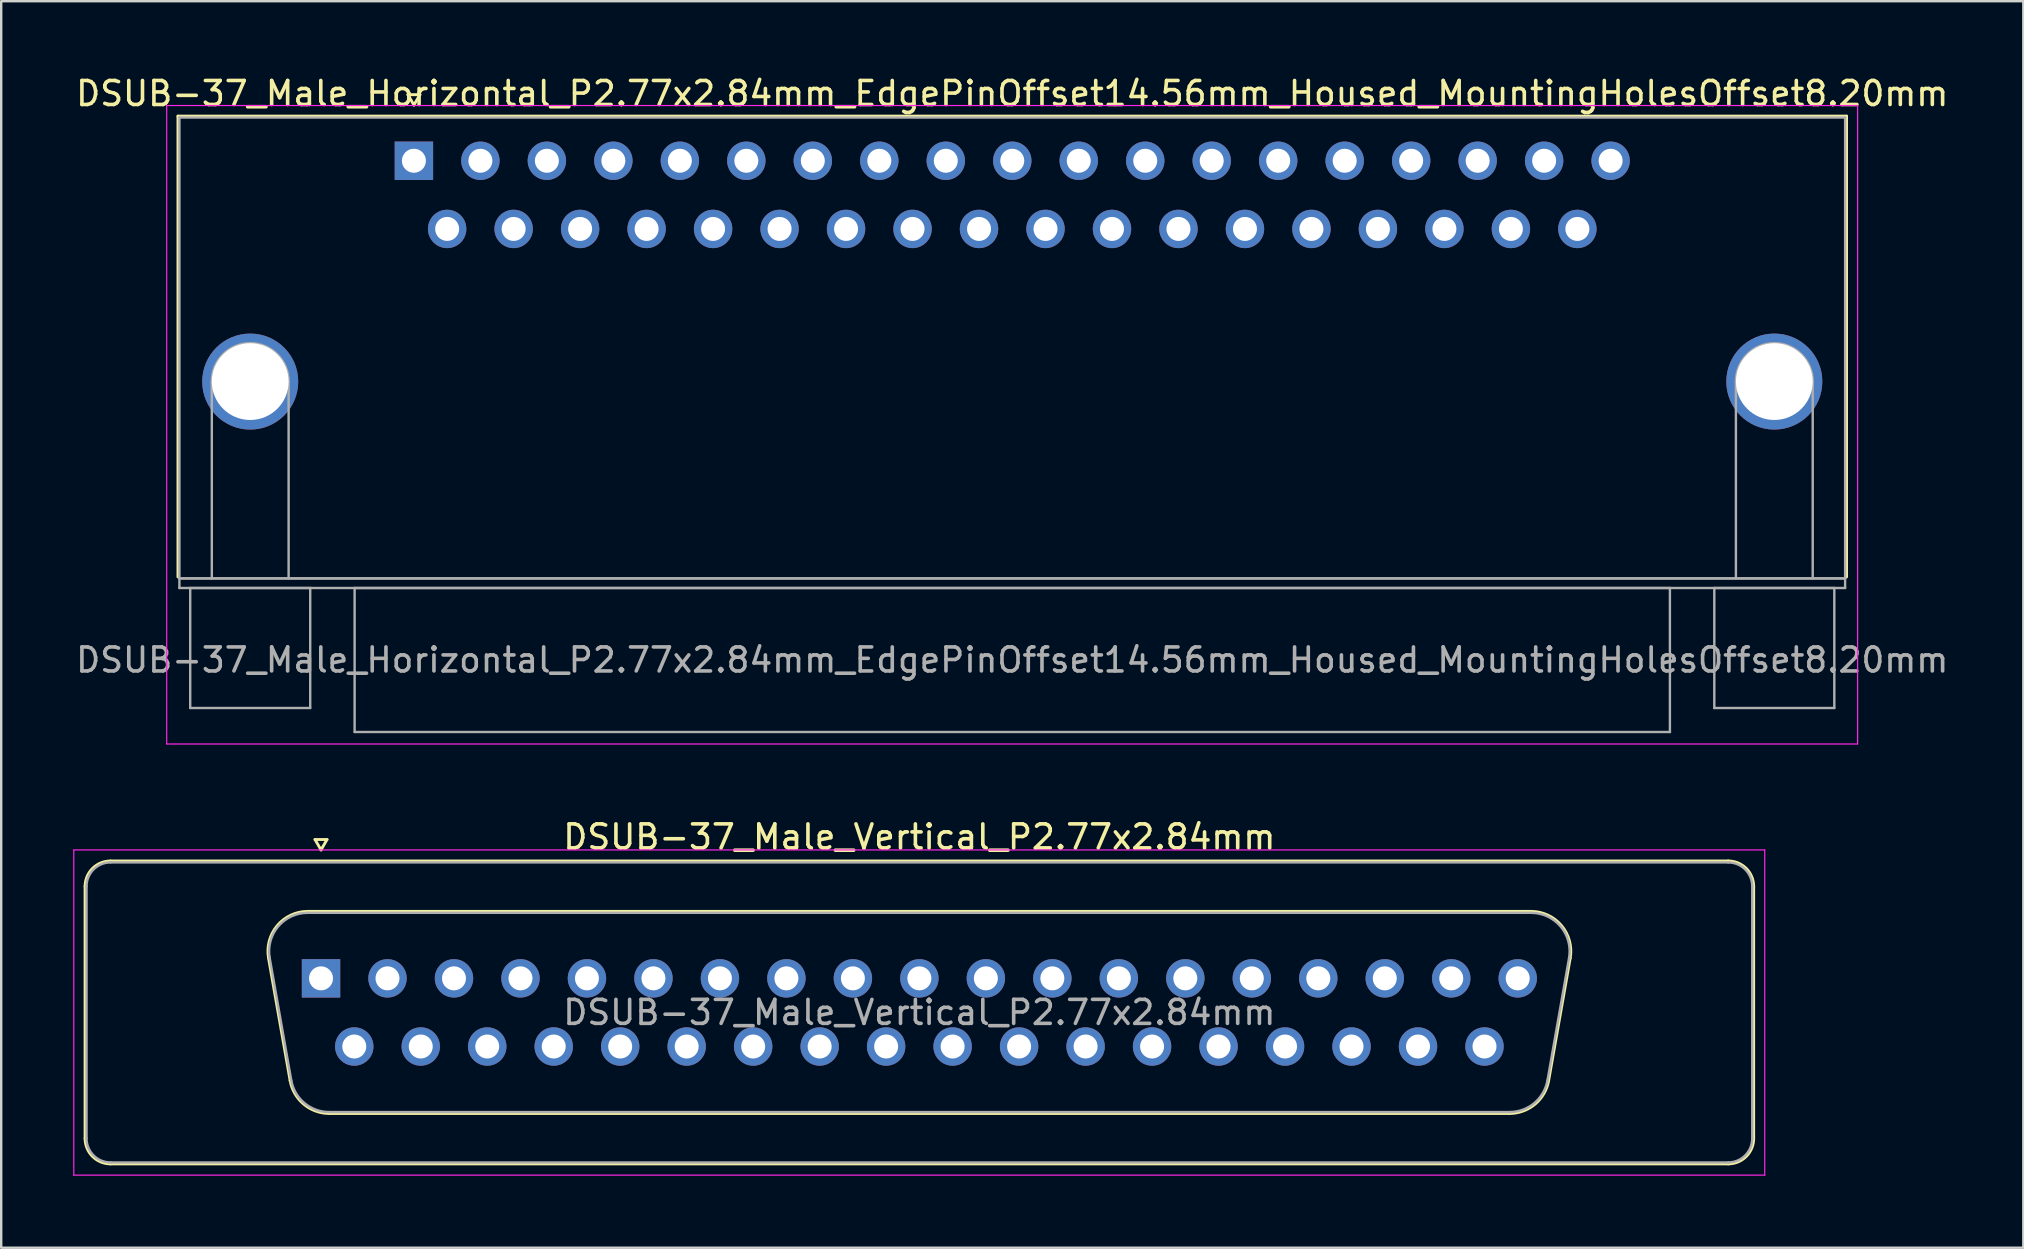
<source format=kicad_pcb>
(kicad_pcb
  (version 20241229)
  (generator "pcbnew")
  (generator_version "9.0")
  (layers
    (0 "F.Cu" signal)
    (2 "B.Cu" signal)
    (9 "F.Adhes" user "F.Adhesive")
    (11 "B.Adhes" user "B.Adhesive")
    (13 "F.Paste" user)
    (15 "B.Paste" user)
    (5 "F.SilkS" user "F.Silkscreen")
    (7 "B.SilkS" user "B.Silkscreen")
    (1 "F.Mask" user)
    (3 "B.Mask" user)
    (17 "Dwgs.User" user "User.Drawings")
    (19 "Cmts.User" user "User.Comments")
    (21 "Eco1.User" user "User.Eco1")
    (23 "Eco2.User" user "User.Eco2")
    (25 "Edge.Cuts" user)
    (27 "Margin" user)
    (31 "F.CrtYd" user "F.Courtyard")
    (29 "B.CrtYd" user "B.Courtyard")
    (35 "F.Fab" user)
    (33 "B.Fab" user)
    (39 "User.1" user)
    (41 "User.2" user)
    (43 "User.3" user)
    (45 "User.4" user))
  (footprint "DSUB-37_Male_Vertical_P2.77x2.84mm"
    (layer "F.Cu")
    (at 10.325 37.712)
    (property "Reference" "DSUB-37_Male_Vertical_P2.77x2.84mm" (at 24.93 -5.89 0) (layer "F.SilkS") (effects (font (size 1 1) (thickness 0.15))))
    (attr through_hole)
    (fp_line (start -9.83 6.67) (end -9.83 -3.83) (stroke (width 0.12) (type solid)) (layer "F.SilkS"))
    (fp_line (start -8.77 -4.89) (end 58.63 -4.89) (stroke (width 0.12) (type solid)) (layer "F.SilkS"))
    (fp_line (start -2.186 -0.842) (end -1.287 4.258) (stroke (width 0.12) (type solid)) (layer "F.SilkS"))
    (fp_line (start -0.552 -2.79) (end 50.412 -2.79) (stroke (width 0.12) (type solid)) (layer "F.SilkS"))
    (fp_line (start -0.25 -5.784) (end 0.25 -5.784) (stroke (width 0.12) (type solid)) (layer "F.SilkS"))
    (fp_line (start 0 -5.351) (end -0.25 -5.784) (stroke (width 0.12) (type solid)) (layer "F.SilkS"))
    (fp_line (start 0.25 -5.784) (end 0 -5.351) (stroke (width 0.12) (type solid)) (layer "F.SilkS"))
    (fp_line (start 0.348 5.63) (end 49.512 5.63) (stroke (width 0.12) (type solid)) (layer "F.SilkS"))
    (fp_line (start 52.046 -0.842) (end 51.147 4.258) (stroke (width 0.12) (type solid)) (layer "F.SilkS"))
    (fp_line (start 58.63 7.73) (end -8.77 7.73) (stroke (width 0.12) (type solid)) (layer "F.SilkS"))
    (fp_line (start 59.69 -3.83) (end 59.69 6.67) (stroke (width 0.12) (type solid)) (layer "F.SilkS"))
    (fp_arc (start -9.83 -3.83) (mid -9.519533 -4.579533) (end -8.77 -4.89) (stroke (width 0.12) (type solid)) (layer "F.SilkS"))
    (fp_arc (start -8.77 7.73) (mid -9.519533 7.419533) (end -9.83 6.67) (stroke (width 0.12) (type solid)) (layer "F.SilkS"))
    (fp_arc (start -2.18647 -0.841744) (mid -1.823323 -2.197028) (end -0.551689 -2.79) (stroke (width 0.12) (type solid)) (layer "F.SilkS"))
    (fp_arc (start 0.347579 5.63) (mid -0.719448 5.241634) (end -1.287202 4.258256) (stroke (width 0.12) (type solid)) (layer "F.SilkS"))
    (fp_arc (start 50.411689 -2.79) (mid 51.683323 -2.197027) (end 52.04647 -0.841744) (stroke (width 0.12) (type solid)) (layer "F.SilkS"))
    (fp_arc (start 51.147202 4.258256) (mid 50.579449 5.241634) (end 49.512421 5.63) (stroke (width 0.12) (type solid)) (layer "F.SilkS"))
    (fp_arc (start 58.63 -4.89) (mid 59.379533 -4.579533) (end 59.69 -3.83) (stroke (width 0.12) (type solid)) (layer "F.SilkS"))
    (fp_arc (start 59.69 6.67) (mid 59.379533 7.419533) (end 58.63 7.73) (stroke (width 0.12) (type solid)) (layer "F.SilkS"))
    (fp_line (start -10.3 -5.35) (end -10.3 8.2) (stroke (width 0.05) (type solid)) (layer "F.CrtYd"))
    (fp_line (start -10.3 8.2) (end 60.15 8.2) (stroke (width 0.05) (type solid)) (layer "F.CrtYd"))
    (fp_line (start 60.15 -5.35) (end -10.3 -5.35) (stroke (width 0.05) (type solid)) (layer "F.CrtYd"))
    (fp_line (start 60.15 8.2) (end 60.15 -5.35) (stroke (width 0.05) (type solid)) (layer "F.CrtYd"))
    (fp_line (start -9.77 6.67) (end -9.77 -3.83) (stroke (width 0.1) (type solid)) (layer "F.Fab"))
    (fp_line (start -8.77 -4.83) (end 58.63 -4.83) (stroke (width 0.1) (type solid)) (layer "F.Fab"))
    (fp_line (start -2.139 -0.852) (end -1.24 4.248) (stroke (width 0.1) (type solid)) (layer "F.Fab"))
    (fp_line (start -0.563 -2.73) (end 50.423 -2.73) (stroke (width 0.1) (type solid)) (layer "F.Fab"))
    (fp_line (start 0.336 5.57) (end 49.524 5.57) (stroke (width 0.1) (type solid)) (layer "F.Fab"))
    (fp_line (start 51.999 -0.852) (end 51.1 4.248) (stroke (width 0.1) (type solid)) (layer "F.Fab"))
    (fp_line (start 58.63 7.67) (end -8.77 7.67) (stroke (width 0.1) (type solid)) (layer "F.Fab"))
    (fp_line (start 59.63 -3.83) (end 59.63 6.67) (stroke (width 0.1) (type solid)) (layer "F.Fab"))
    (fp_arc (start -9.77 -3.83) (mid -9.477107 -4.537107) (end -8.77 -4.83) (stroke (width 0.1) (type solid)) (layer "F.Fab"))
    (fp_arc (start -8.77 7.67) (mid -9.477107 7.377107) (end -9.77 6.67) (stroke (width 0.1) (type solid)) (layer "F.Fab"))
    (fp_arc (start -2.138886 -0.852163) (mid -1.788865 -2.15846) (end -0.563194 -2.73) (stroke (width 0.1) (type solid)) (layer "F.Fab"))
    (fp_arc (start 0.336073 5.57) (mid -0.692387 5.195671) (end -1.239619 4.247837) (stroke (width 0.1) (type solid)) (layer "F.Fab"))
    (fp_arc (start 50.423194 -2.73) (mid 51.648865 -2.15846) (end 51.998886 -0.852163) (stroke (width 0.1) (type solid)) (layer "F.Fab"))
    (fp_arc (start 51.099619 4.247837) (mid 50.552387 5.195671) (end 49.523927 5.57) (stroke (width 0.1) (type solid)) (layer "F.Fab"))
    (fp_arc (start 58.63 -4.83) (mid 59.337107 -4.537107) (end 59.63 -3.83) (stroke (width 0.1) (type solid)) (layer "F.Fab"))
    (fp_arc (start 59.63 6.67) (mid 59.337107 7.377107) (end 58.63 7.67) (stroke (width 0.1) (type solid)) (layer "F.Fab"))
    (fp_text user "${REFERENCE}" (at 24.93 1.42 0) (layer "F.Fab") (effects (font (size 1 1) (thickness 0.15))))
    (pad "1" thru_hole rect (at 0 0) (size 1.6 1.6) (drill 1) (layers "*.Cu" "*.Mask"))
    (pad "2" thru_hole circle (at 2.77 0) (size 1.6 1.6) (drill 1) (layers "*.Cu" "*.Mask"))
    (pad "3" thru_hole circle (at 5.54 0) (size 1.6 1.6) (drill 1) (layers "*.Cu" "*.Mask"))
    (pad "4" thru_hole circle (at 8.31 0) (size 1.6 1.6) (drill 1) (layers "*.Cu" "*.Mask"))
    (pad "5" thru_hole circle (at 11.08 0) (size 1.6 1.6) (drill 1) (layers "*.Cu" "*.Mask"))
    (pad "6" thru_hole circle (at 13.85 0) (size 1.6 1.6) (drill 1) (layers "*.Cu" "*.Mask"))
    (pad "7" thru_hole circle (at 16.62 0) (size 1.6 1.6) (drill 1) (layers "*.Cu" "*.Mask"))
    (pad "8" thru_hole circle (at 19.39 0) (size 1.6 1.6) (drill 1) (layers "*.Cu" "*.Mask"))
    (pad "9" thru_hole circle (at 22.16 0) (size 1.6 1.6) (drill 1) (layers "*.Cu" "*.Mask"))
    (pad "10" thru_hole circle (at 24.93 0) (size 1.6 1.6) (drill 1) (layers "*.Cu" "*.Mask"))
    (pad "11" thru_hole circle (at 27.7 0) (size 1.6 1.6) (drill 1) (layers "*.Cu" "*.Mask"))
    (pad "12" thru_hole circle (at 30.47 0) (size 1.6 1.6) (drill 1) (layers "*.Cu" "*.Mask"))
    (pad "13" thru_hole circle (at 33.24 0) (size 1.6 1.6) (drill 1) (layers "*.Cu" "*.Mask"))
    (pad "14" thru_hole circle (at 36.01 0) (size 1.6 1.6) (drill 1) (layers "*.Cu" "*.Mask"))
    (pad "15" thru_hole circle (at 38.78 0) (size 1.6 1.6) (drill 1) (layers "*.Cu" "*.Mask"))
    (pad "16" thru_hole circle (at 41.55 0) (size 1.6 1.6) (drill 1) (layers "*.Cu" "*.Mask"))
    (pad "17" thru_hole circle (at 44.32 0) (size 1.6 1.6) (drill 1) (layers "*.Cu" "*.Mask"))
    (pad "18" thru_hole circle (at 47.09 0) (size 1.6 1.6) (drill 1) (layers "*.Cu" "*.Mask"))
    (pad "19" thru_hole circle (at 49.86 0) (size 1.6 1.6) (drill 1) (layers "*.Cu" "*.Mask"))
    (pad "20" thru_hole circle (at 1.385 2.84) (size 1.6 1.6) (drill 1) (layers "*.Cu" "*.Mask"))
    (pad "21" thru_hole circle (at 4.155 2.84) (size 1.6 1.6) (drill 1) (layers "*.Cu" "*.Mask"))
    (pad "22" thru_hole circle (at 6.925 2.84) (size 1.6 1.6) (drill 1) (layers "*.Cu" "*.Mask"))
    (pad "23" thru_hole circle (at 9.695 2.84) (size 1.6 1.6) (drill 1) (layers "*.Cu" "*.Mask"))
    (pad "24" thru_hole circle (at 12.465 2.84) (size 1.6 1.6) (drill 1) (layers "*.Cu" "*.Mask"))
    (pad "25" thru_hole circle (at 15.235 2.84) (size 1.6 1.6) (drill 1) (layers "*.Cu" "*.Mask"))
    (pad "26" thru_hole circle (at 18.005 2.84) (size 1.6 1.6) (drill 1) (layers "*.Cu" "*.Mask"))
    (pad "27" thru_hole circle (at 20.775 2.84) (size 1.6 1.6) (drill 1) (layers "*.Cu" "*.Mask"))
    (pad "28" thru_hole circle (at 23.545 2.84) (size 1.6 1.6) (drill 1) (layers "*.Cu" "*.Mask"))
    (pad "29" thru_hole circle (at 26.315 2.84) (size 1.6 1.6) (drill 1) (layers "*.Cu" "*.Mask"))
    (pad "30" thru_hole circle (at 29.085 2.84) (size 1.6 1.6) (drill 1) (layers "*.Cu" "*.Mask"))
    (pad "31" thru_hole circle (at 31.855 2.84) (size 1.6 1.6) (drill 1) (layers "*.Cu" "*.Mask"))
    (pad "32" thru_hole circle (at 34.625 2.84) (size 1.6 1.6) (drill 1) (layers "*.Cu" "*.Mask"))
    (pad "33" thru_hole circle (at 37.395 2.84) (size 1.6 1.6) (drill 1) (layers "*.Cu" "*.Mask"))
    (pad "34" thru_hole circle (at 40.165 2.84) (size 1.6 1.6) (drill 1) (layers "*.Cu" "*.Mask"))
    (pad "35" thru_hole circle (at 42.935 2.84) (size 1.6 1.6) (drill 1) (layers "*.Cu" "*.Mask"))
    (pad "36" thru_hole circle (at 45.705 2.84) (size 1.6 1.6) (drill 1) (layers "*.Cu" "*.Mask"))
    (pad "37" thru_hole circle (at 48.475 2.84) (size 1.6 1.6) (drill 1) (layers "*.Cu" "*.Mask")))
  (footprint "DSUB-37_Male_Horizontal_P2.77x2.84mm_EdgePinOffset14.56mm_Housed_MountingHolesOffset8.20mm"
    (layer "F.Cu")
    (at 14.195 3.648)
    (property "Reference" "DSUB-37_Male_Horizontal_P2.77x2.84mm_EdgePinOffset14.56mm_Housed_MountingHolesOffset8.20mm" (at 24.93 -2.8 0) (layer "F.SilkS") (effects (font (size 1 1) (thickness 0.15))))
    (attr through_hole)
    (fp_line (start -9.83 -1.86) (end 59.69 -1.86) (stroke (width 0.12) (type solid)) (layer "F.SilkS"))
    (fp_line (start -9.83 17.34) (end -9.83 -1.86) (stroke (width 0.12) (type solid)) (layer "F.SilkS"))
    (fp_line (start -0.25 -2.754) (end 0.25 -2.754) (stroke (width 0.12) (type solid)) (layer "F.SilkS"))
    (fp_line (start 0 -2.321) (end -0.25 -2.754) (stroke (width 0.12) (type solid)) (layer "F.SilkS"))
    (fp_line (start 0.25 -2.754) (end 0 -2.321) (stroke (width 0.12) (type solid)) (layer "F.SilkS"))
    (fp_line (start 59.69 -1.86) (end 59.69 17.34) (stroke (width 0.12) (type solid)) (layer "F.SilkS"))
    (fp_line (start -10.3 -2.3) (end -10.3 24.3) (stroke (width 0.05) (type solid)) (layer "F.CrtYd"))
    (fp_line (start -10.3 24.3) (end 60.15 24.3) (stroke (width 0.05) (type solid)) (layer "F.CrtYd"))
    (fp_line (start 60.15 -2.3) (end -10.3 -2.3) (stroke (width 0.05) (type solid)) (layer "F.CrtYd"))
    (fp_line (start 60.15 24.3) (end 60.15 -2.3) (stroke (width 0.05) (type solid)) (layer "F.CrtYd"))
    (fp_line (start -9.77 -1.8) (end -9.77 17.4) (stroke (width 0.1) (type solid)) (layer "F.Fab"))
    (fp_line (start -9.77 17.4) (end -9.77 17.8) (stroke (width 0.1) (type solid)) (layer "F.Fab"))
    (fp_line (start -9.77 17.4) (end 59.63 17.4) (stroke (width 0.1) (type solid)) (layer "F.Fab"))
    (fp_line (start -9.77 17.8) (end 59.63 17.8) (stroke (width 0.1) (type solid)) (layer "F.Fab"))
    (fp_line (start -9.32 17.8) (end -9.32 22.8) (stroke (width 0.1) (type solid)) (layer "F.Fab"))
    (fp_line (start -9.32 22.8) (end -4.32 22.8) (stroke (width 0.1) (type solid)) (layer "F.Fab"))
    (fp_line (start -8.42 17.4) (end -8.42 9.2) (stroke (width 0.1) (type solid)) (layer "F.Fab"))
    (fp_line (start -5.22 17.4) (end -5.22 9.2) (stroke (width 0.1) (type solid)) (layer "F.Fab"))
    (fp_line (start -4.32 17.8) (end -9.32 17.8) (stroke (width 0.1) (type solid)) (layer "F.Fab"))
    (fp_line (start -4.32 22.8) (end -4.32 17.8) (stroke (width 0.1) (type solid)) (layer "F.Fab"))
    (fp_line (start -2.47 17.8) (end -2.47 23.8) (stroke (width 0.1) (type solid)) (layer "F.Fab"))
    (fp_line (start -2.47 23.8) (end 52.33 23.8) (stroke (width 0.1) (type solid)) (layer "F.Fab"))
    (fp_line (start 52.33 17.8) (end -2.47 17.8) (stroke (width 0.1) (type solid)) (layer "F.Fab"))
    (fp_line (start 52.33 23.8) (end 52.33 17.8) (stroke (width 0.1) (type solid)) (layer "F.Fab"))
    (fp_line (start 54.18 17.8) (end 54.18 22.8) (stroke (width 0.1) (type solid)) (layer "F.Fab"))
    (fp_line (start 54.18 22.8) (end 59.18 22.8) (stroke (width 0.1) (type solid)) (layer "F.Fab"))
    (fp_line (start 55.08 17.4) (end 55.08 9.2) (stroke (width 0.1) (type solid)) (layer "F.Fab"))
    (fp_line (start 58.28 17.4) (end 58.28 9.2) (stroke (width 0.1) (type solid)) (layer "F.Fab"))
    (fp_line (start 59.18 17.8) (end 54.18 17.8) (stroke (width 0.1) (type solid)) (layer "F.Fab"))
    (fp_line (start 59.18 22.8) (end 59.18 17.8) (stroke (width 0.1) (type solid)) (layer "F.Fab"))
    (fp_line (start 59.63 -1.8) (end -9.77 -1.8) (stroke (width 0.1) (type solid)) (layer "F.Fab"))
    (fp_line (start 59.63 17.4) (end -9.77 17.4) (stroke (width 0.1) (type solid)) (layer "F.Fab"))
    (fp_line (start 59.63 17.4) (end 59.63 -1.8) (stroke (width 0.1) (type solid)) (layer "F.Fab"))
    (fp_line (start 59.63 17.8) (end 59.63 17.4) (stroke (width 0.1) (type solid)) (layer "F.Fab"))
    (fp_arc (start -8.42 9.2) (mid -6.82 7.6) (end -5.22 9.2) (stroke (width 0.1) (type solid)) (layer "F.Fab"))
    (fp_arc (start 55.08 9.2) (mid 56.68 7.6) (end 58.28 9.2) (stroke (width 0.1) (type solid)) (layer "F.Fab"))
    (fp_text user "${REFERENCE}" (at 24.93 20.8 0) (layer "F.Fab") (effects (font (size 1 1) (thickness 0.15))))
    (pad "0" thru_hole circle (at -6.82 9.2) (size 4 4) (drill 3.2) (layers "*.Cu" "*.Mask"))
    (pad "0" thru_hole circle (at 56.68 9.2) (size 4 4) (drill 3.2) (layers "*.Cu" "*.Mask"))
    (pad "1" thru_hole rect (at 0 0) (size 1.6 1.6) (drill 1) (layers "*.Cu" "*.Mask"))
    (pad "2" thru_hole circle (at 2.77 0) (size 1.6 1.6) (drill 1) (layers "*.Cu" "*.Mask"))
    (pad "3" thru_hole circle (at 5.54 0) (size 1.6 1.6) (drill 1) (layers "*.Cu" "*.Mask"))
    (pad "4" thru_hole circle (at 8.31 0) (size 1.6 1.6) (drill 1) (layers "*.Cu" "*.Mask"))
    (pad "5" thru_hole circle (at 11.08 0) (size 1.6 1.6) (drill 1) (layers "*.Cu" "*.Mask"))
    (pad "6" thru_hole circle (at 13.85 0) (size 1.6 1.6) (drill 1) (layers "*.Cu" "*.Mask"))
    (pad "7" thru_hole circle (at 16.62 0) (size 1.6 1.6) (drill 1) (layers "*.Cu" "*.Mask"))
    (pad "8" thru_hole circle (at 19.39 0) (size 1.6 1.6) (drill 1) (layers "*.Cu" "*.Mask"))
    (pad "9" thru_hole circle (at 22.16 0) (size 1.6 1.6) (drill 1) (layers "*.Cu" "*.Mask"))
    (pad "10" thru_hole circle (at 24.93 0) (size 1.6 1.6) (drill 1) (layers "*.Cu" "*.Mask"))
    (pad "11" thru_hole circle (at 27.7 0) (size 1.6 1.6) (drill 1) (layers "*.Cu" "*.Mask"))
    (pad "12" thru_hole circle (at 30.47 0) (size 1.6 1.6) (drill 1) (layers "*.Cu" "*.Mask"))
    (pad "13" thru_hole circle (at 33.24 0) (size 1.6 1.6) (drill 1) (layers "*.Cu" "*.Mask"))
    (pad "14" thru_hole circle (at 36.01 0) (size 1.6 1.6) (drill 1) (layers "*.Cu" "*.Mask"))
    (pad "15" thru_hole circle (at 38.78 0) (size 1.6 1.6) (drill 1) (layers "*.Cu" "*.Mask"))
    (pad "16" thru_hole circle (at 41.55 0) (size 1.6 1.6) (drill 1) (layers "*.Cu" "*.Mask"))
    (pad "17" thru_hole circle (at 44.32 0) (size 1.6 1.6) (drill 1) (layers "*.Cu" "*.Mask"))
    (pad "18" thru_hole circle (at 47.09 0) (size 1.6 1.6) (drill 1) (layers "*.Cu" "*.Mask"))
    (pad "19" thru_hole circle (at 49.86 0) (size 1.6 1.6) (drill 1) (layers "*.Cu" "*.Mask"))
    (pad "20" thru_hole circle (at 1.385 2.84) (size 1.6 1.6) (drill 1) (layers "*.Cu" "*.Mask"))
    (pad "21" thru_hole circle (at 4.155 2.84) (size 1.6 1.6) (drill 1) (layers "*.Cu" "*.Mask"))
    (pad "22" thru_hole circle (at 6.925 2.84) (size 1.6 1.6) (drill 1) (layers "*.Cu" "*.Mask"))
    (pad "23" thru_hole circle (at 9.695 2.84) (size 1.6 1.6) (drill 1) (layers "*.Cu" "*.Mask"))
    (pad "24" thru_hole circle (at 12.465 2.84) (size 1.6 1.6) (drill 1) (layers "*.Cu" "*.Mask"))
    (pad "25" thru_hole circle (at 15.235 2.84) (size 1.6 1.6) (drill 1) (layers "*.Cu" "*.Mask"))
    (pad "26" thru_hole circle (at 18.005 2.84) (size 1.6 1.6) (drill 1) (layers "*.Cu" "*.Mask"))
    (pad "27" thru_hole circle (at 20.775 2.84) (size 1.6 1.6) (drill 1) (layers "*.Cu" "*.Mask"))
    (pad "28" thru_hole circle (at 23.545 2.84) (size 1.6 1.6) (drill 1) (layers "*.Cu" "*.Mask"))
    (pad "29" thru_hole circle (at 26.315 2.84) (size 1.6 1.6) (drill 1) (layers "*.Cu" "*.Mask"))
    (pad "30" thru_hole circle (at 29.085 2.84) (size 1.6 1.6) (drill 1) (layers "*.Cu" "*.Mask"))
    (pad "31" thru_hole circle (at 31.855 2.84) (size 1.6 1.6) (drill 1) (layers "*.Cu" "*.Mask"))
    (pad "32" thru_hole circle (at 34.625 2.84) (size 1.6 1.6) (drill 1) (layers "*.Cu" "*.Mask"))
    (pad "33" thru_hole circle (at 37.395 2.84) (size 1.6 1.6) (drill 1) (layers "*.Cu" "*.Mask"))
    (pad "34" thru_hole circle (at 40.165 2.84) (size 1.6 1.6) (drill 1) (layers "*.Cu" "*.Mask"))
    (pad "35" thru_hole circle (at 42.935 2.84) (size 1.6 1.6) (drill 1) (layers "*.Cu" "*.Mask"))
    (pad "36" thru_hole circle (at 45.705 2.84) (size 1.6 1.6) (drill 1) (layers "*.Cu" "*.Mask"))
    (pad "37" thru_hole circle (at 48.475 2.84) (size 1.6 1.6) (drill 1) (layers "*.Cu" "*.Mask")))
  (gr_rect
    (start -3 -3)
    (end 81.25 48.937)
    (stroke (width 0.1) (type default))
    (fill no)
    (layer "Edge.Cuts")))
</source>
